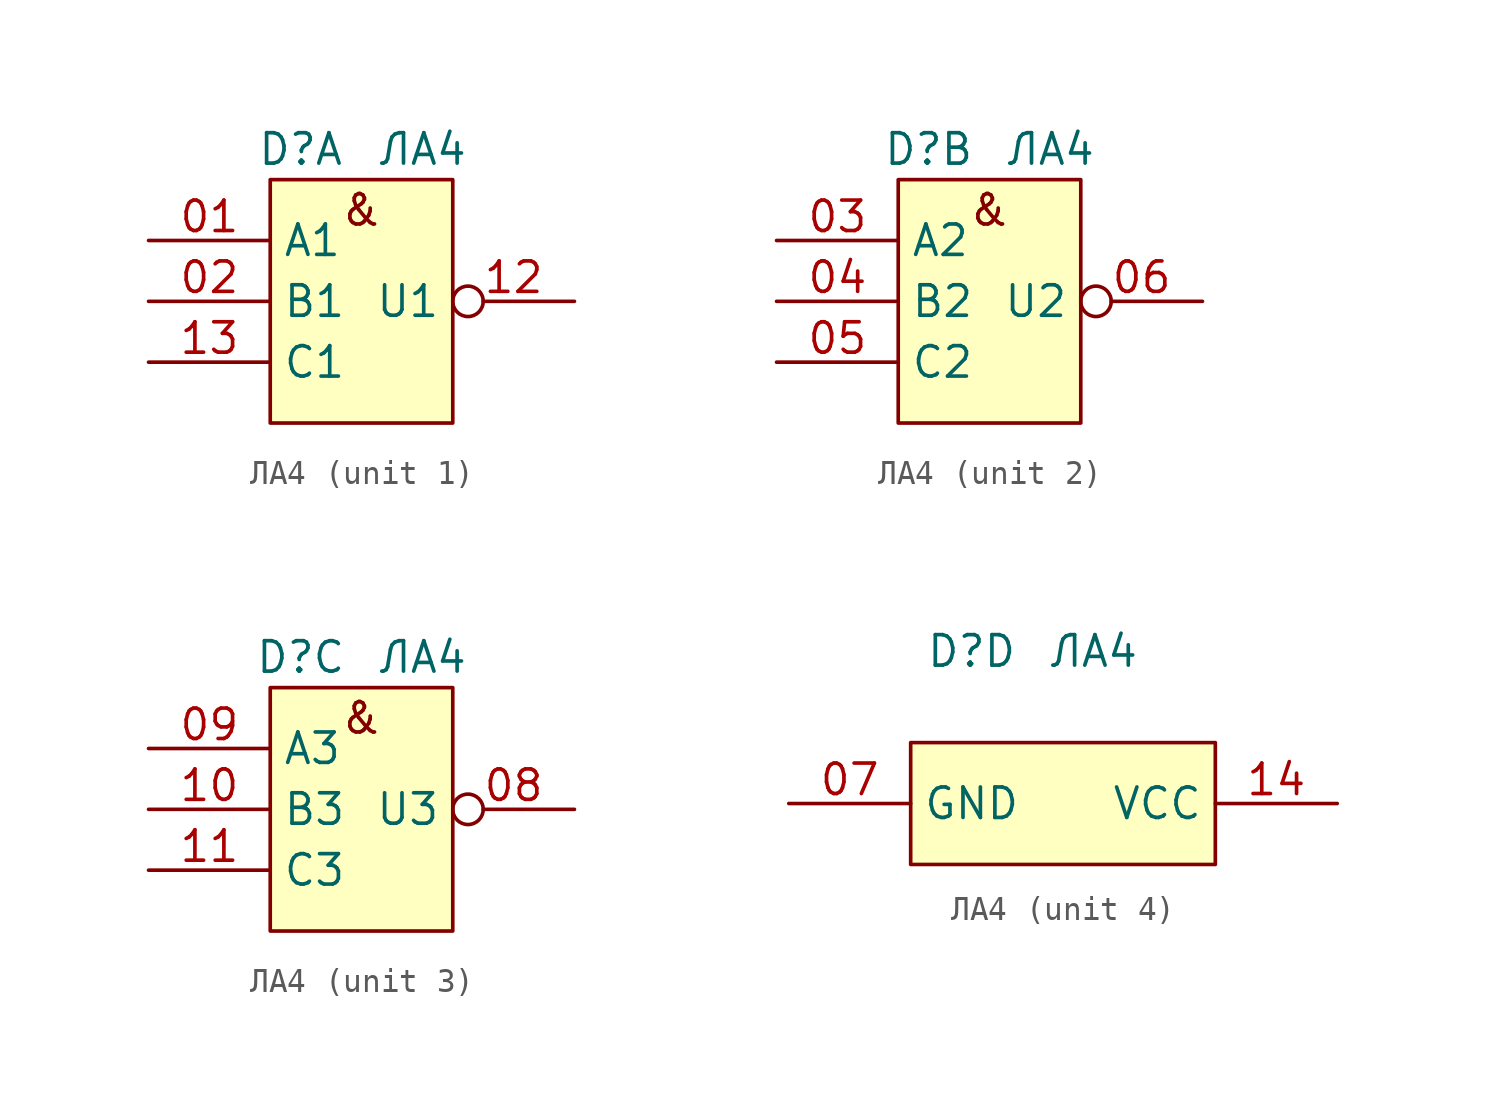
<source format=kicad_sym>
(kicad_symbol_lib
  (version 20231120)
  (generator "kicad_symbol_editor")
  (generator_version "8.0")
  (symbol "ЛА4"
    (property "Reference" "D"
      (at -2.54 -5.08 0)
      (effects (font (size 1.27 1.27))))
    (property "Value" "ЛА4"
      (at 2.54 -5.08 0)
      (effects (font (size 1.27 1.27))))
    (property "ki_locked" ""
      (at 0 0 0)
      (effects (font (size 1.27 1.27))))
    (symbol "ЛА4_1_0"
      (rectangle (start -3.81 -6.35) (end 3.81 -16.51) (stroke (width 0) (type default)) (fill (type background))))
    (symbol "ЛА4_1_1"
      (text "&" (at 0 -7.62 0) (effects (font (size 1.27 1.27))))
      (pin input line (at -8.89 -8.89 0) (length 5.08) (name "A1" (effects (font (size 1.27 1.27)))) (number "01" (effects (font (size 1.27 1.27)))))
      (pin input line (at -8.89 -11.43 0) (length 5.08) (name "B1" (effects (font (size 1.27 1.27)))) (number "02" (effects (font (size 1.27 1.27)))))
      (pin output inverted (at 8.89 -11.43 180) (length 5.08) (name "U1" (effects (font (size 1.27 1.27)))) (number "12" (effects (font (size 1.27 1.27)))))
      (pin input line (at -8.89 -13.97 0) (length 5.08) (name "С1" (effects (font (size 1.27 1.27)))) (number "13" (effects (font (size 1.27 1.27))))))
    (symbol "ЛА4_2_0"
      (rectangle (start -3.81 -6.35) (end 3.81 -16.51) (stroke (width 0) (type default)) (fill (type background))))
    (symbol "ЛА4_2_1"
      (text "&" (at 0 -7.62 0) (effects (font (size 1.27 1.27))))
      (pin input line (at -8.89 -8.89 0) (length 5.08) (name "A2" (effects (font (size 1.27 1.27)))) (number "03" (effects (font (size 1.27 1.27)))))
      (pin input line (at -8.89 -11.43 0) (length 5.08) (name "B2" (effects (font (size 1.27 1.27)))) (number "04" (effects (font (size 1.27 1.27)))))
      (pin input line (at -8.89 -13.97 0) (length 5.08) (name "С2" (effects (font (size 1.27 1.27)))) (number "05" (effects (font (size 1.27 1.27)))))
      (pin output inverted (at 8.89 -11.43 180) (length 5.08) (name "U2" (effects (font (size 1.27 1.27)))) (number "06" (effects (font (size 1.27 1.27))))))
    (symbol "ЛА4_3_0"
      (rectangle (start -3.81 -6.35) (end 3.81 -16.51) (stroke (width 0) (type default)) (fill (type background))))
    (symbol "ЛА4_3_1"
      (text "&" (at 0 -7.62 0) (effects (font (size 1.27 1.27))))
      (pin output inverted (at 8.89 -11.43 180) (length 5.08) (name "U3" (effects (font (size 1.27 1.27)))) (number "08" (effects (font (size 1.27 1.27)))))
      (pin input line (at -8.89 -8.89 0) (length 5.08) (name "A3" (effects (font (size 1.27 1.27)))) (number "09" (effects (font (size 1.27 1.27)))))
      (pin input line (at -8.89 -11.43 0) (length 5.08) (name "B3" (effects (font (size 1.27 1.27)))) (number "10" (effects (font (size 1.27 1.27)))))
      (pin input line (at -8.89 -13.97 0) (length 5.08) (name "С3" (effects (font (size 1.27 1.27)))) (number "11" (effects (font (size 1.27 1.27))))))
    (symbol "ЛА4_4_1"
      (rectangle (start -5.08 -8.89) (end 7.62 -13.97) (stroke (width 0) (type default)) (fill (type background)))
      (pin power_in line (at -10.16 -11.43 0) (length 5.08) (name "GND" (effects (font (size 1.27 1.27)))) (number "07" (effects (font (size 1.27 1.27)))))
      (pin power_in line (at 12.7 -11.43 180) (length 5.08) (name "VCC" (effects (font (size 1.27 1.27)))) (number "14" (effects (font (size 1.27 1.27))))))))
</source>
